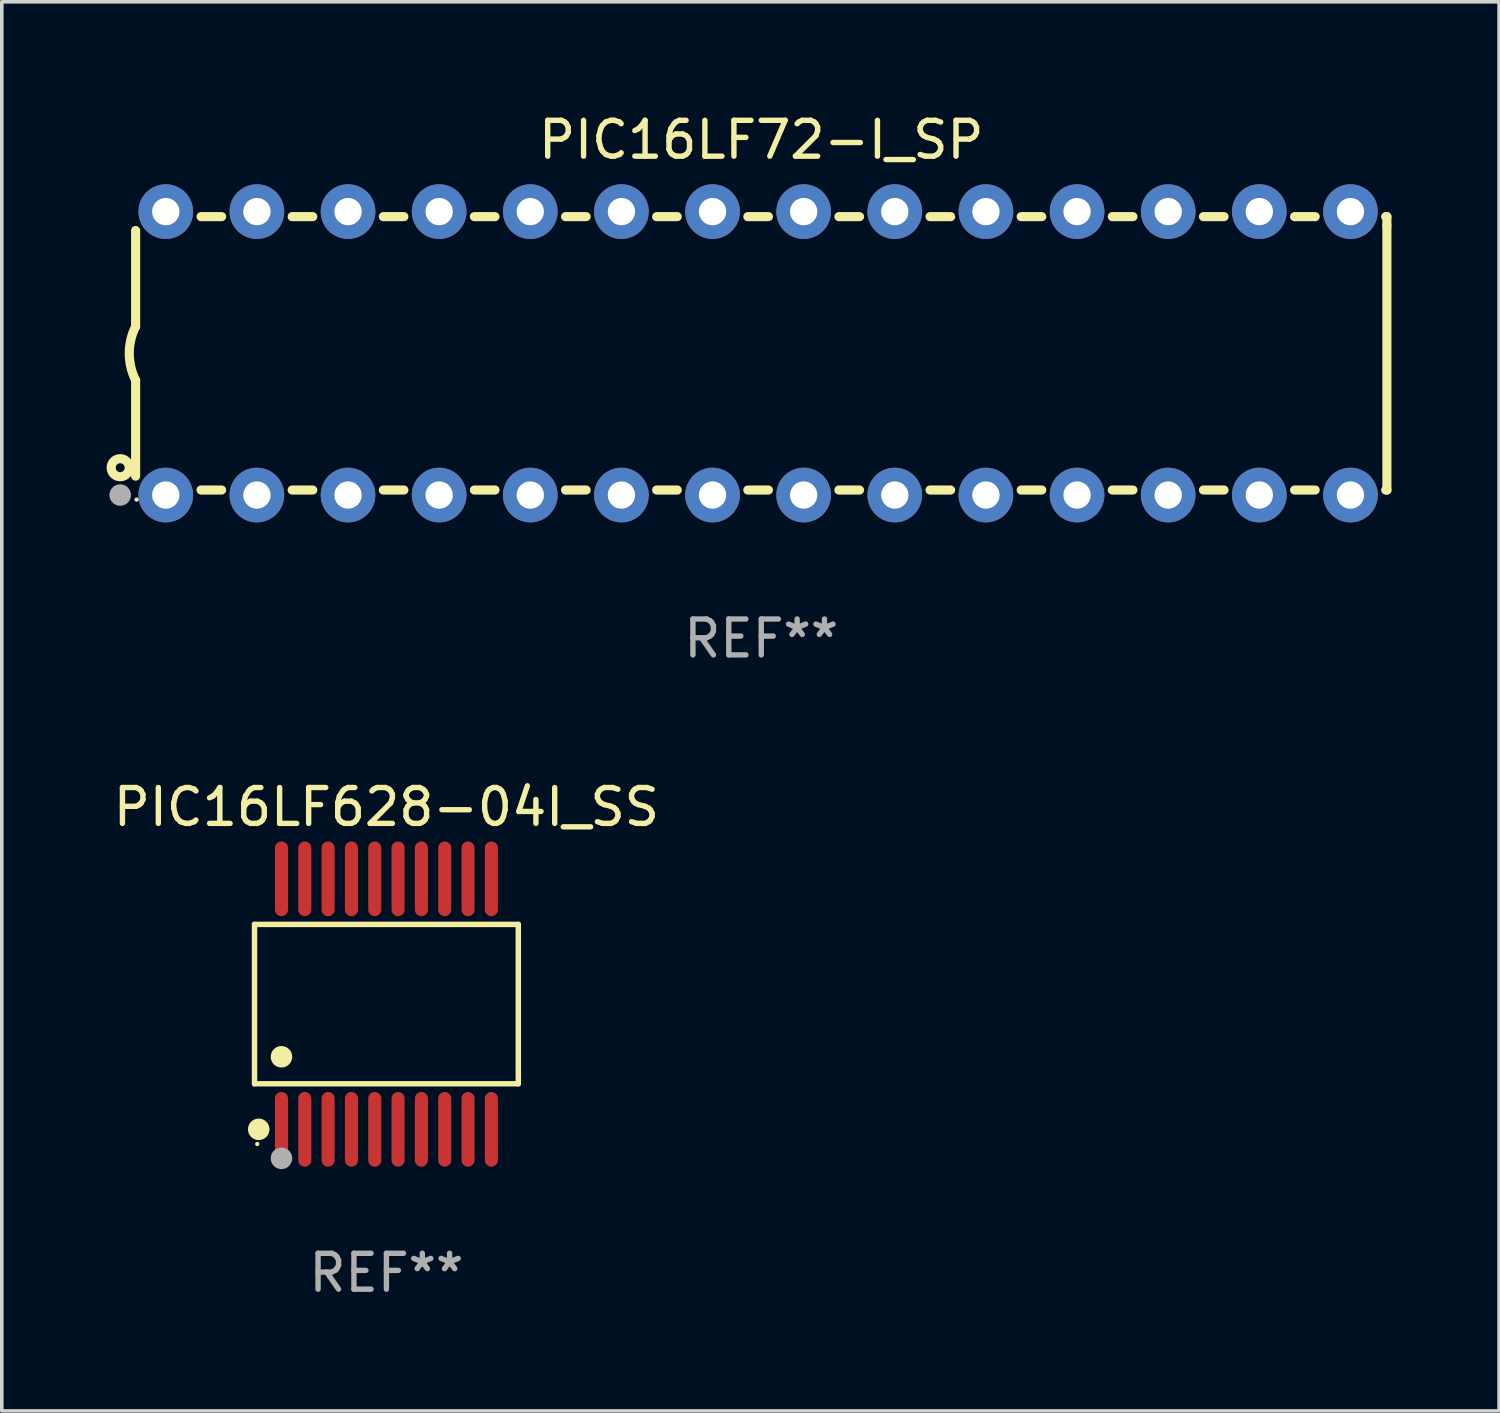
<source format=kicad_pcb>
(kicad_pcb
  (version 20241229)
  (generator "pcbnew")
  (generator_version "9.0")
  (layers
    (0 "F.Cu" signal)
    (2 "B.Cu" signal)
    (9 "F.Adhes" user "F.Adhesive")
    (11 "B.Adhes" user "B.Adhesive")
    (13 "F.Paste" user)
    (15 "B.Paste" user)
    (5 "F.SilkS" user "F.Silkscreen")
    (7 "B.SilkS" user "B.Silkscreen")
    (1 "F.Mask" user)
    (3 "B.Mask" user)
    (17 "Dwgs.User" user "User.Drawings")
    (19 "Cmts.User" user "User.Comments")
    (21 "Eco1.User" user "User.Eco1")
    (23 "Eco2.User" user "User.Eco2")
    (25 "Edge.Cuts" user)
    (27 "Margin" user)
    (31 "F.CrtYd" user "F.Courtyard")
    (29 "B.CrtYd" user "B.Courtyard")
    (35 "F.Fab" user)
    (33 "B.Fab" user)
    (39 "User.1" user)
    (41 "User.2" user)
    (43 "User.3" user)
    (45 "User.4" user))
  (footprint "PIC16LF628-04I_SS"
    (layer "F.Cu")
    (at 7.72 24.936)
    (property "Reference" "PIC16LF628-04I_SS" (at 0 -5.491 0) (layer "F.SilkS") (effects (font (size 1 1) (thickness 0.15))))
    (attr through_hole)
    (fp_line (start -3.676 -2.221) (end 3.676 -2.221) (stroke (width 0.152) (type solid)) (layer "F.SilkS"))
    (fp_line (start -3.676 2.221) (end -3.676 -2.221) (stroke (width 0.152) (type solid)) (layer "F.SilkS"))
    (fp_line (start 3.676 -2.221) (end 3.676 2.221) (stroke (width 0.152) (type solid)) (layer "F.SilkS"))
    (fp_line (start 3.676 2.221) (end -3.676 2.221) (stroke (width 0.152) (type solid)) (layer "F.SilkS"))
    (fp_circle (center -3.6 3.9) (end -3.57 3.9) (stroke (width 0.06) (type solid)) (fill no) (layer "F.SilkS"))
    (fp_circle (center -3.559 3.491) (end -3.409 3.491) (stroke (width 0.3) (type solid)) (fill no) (layer "F.SilkS"))
    (fp_circle (center -2.925 1.469) (end -2.775 1.469) (stroke (width 0.3) (type solid)) (fill no) (layer "F.SilkS"))
    (fp_circle (center -2.925 4.3) (end -2.775 4.3) (stroke (width 0.3) (type solid)) (fill no) (layer "F.Fab"))
    (fp_text user "REF**" (at 0 7.491 0) (layer "F.Fab") (effects (font (size 1 1) (thickness 0.15))))
    (pad "1" smd oval (at -2.925 3.491) (size 0.364 2.082) (layers "F.Cu" "F.Mask" "F.Paste"))
    (pad "2" smd oval (at -2.275 3.491) (size 0.364 2.082) (layers "F.Cu" "F.Mask" "F.Paste"))
    (pad "3" smd oval (at -1.625 3.491) (size 0.364 2.082) (layers "F.Cu" "F.Mask" "F.Paste"))
    (pad "4" smd oval (at -0.975 3.491) (size 0.364 2.082) (layers "F.Cu" "F.Mask" "F.Paste"))
    (pad "5" smd oval (at -0.325 3.491) (size 0.364 2.082) (layers "F.Cu" "F.Mask" "F.Paste"))
    (pad "6" smd oval (at 0.325 3.491) (size 0.364 2.082) (layers "F.Cu" "F.Mask" "F.Paste"))
    (pad "7" smd oval (at 0.975 3.491) (size 0.364 2.082) (layers "F.Cu" "F.Mask" "F.Paste"))
    (pad "8" smd oval (at 1.625 3.491) (size 0.364 2.082) (layers "F.Cu" "F.Mask" "F.Paste"))
    (pad "9" smd oval (at 2.275 3.491) (size 0.364 2.082) (layers "F.Cu" "F.Mask" "F.Paste"))
    (pad "10" smd oval (at 2.925 3.491) (size 0.364 2.082) (layers "F.Cu" "F.Mask" "F.Paste"))
    (pad "11" smd oval (at 2.925 -3.491) (size 0.364 2.082) (layers "F.Cu" "F.Mask" "F.Paste"))
    (pad "12" smd oval (at 2.275 -3.491) (size 0.364 2.082) (layers "F.Cu" "F.Mask" "F.Paste"))
    (pad "13" smd oval (at 1.625 -3.491) (size 0.364 2.082) (layers "F.Cu" "F.Mask" "F.Paste"))
    (pad "14" smd oval (at 0.975 -3.491) (size 0.364 2.082) (layers "F.Cu" "F.Mask" "F.Paste"))
    (pad "15" smd oval (at 0.325 -3.491) (size 0.364 2.082) (layers "F.Cu" "F.Mask" "F.Paste"))
    (pad "16" smd oval (at -0.325 -3.491) (size 0.364 2.082) (layers "F.Cu" "F.Mask" "F.Paste"))
    (pad "17" smd oval (at -0.975 -3.491) (size 0.364 2.082) (layers "F.Cu" "F.Mask" "F.Paste"))
    (pad "18" smd oval (at -1.625 -3.491) (size 0.364 2.082) (layers "F.Cu" "F.Mask" "F.Paste"))
    (pad "19" smd oval (at -2.275 -3.491) (size 0.364 2.082) (layers "F.Cu" "F.Mask" "F.Paste"))
    (pad "20" smd oval (at -2.925 -3.491) (size 0.364 2.082) (layers "F.Cu" "F.Mask" "F.Paste")))
  (footprint "PIC16LF72-I_SP"
    (layer "F.Cu")
    (at 18.168 6.798)
    (property "Reference" "PIC16LF72-I_SP" (at 0 -5.95 0) (layer "F.SilkS") (effects (font (size 1 1) (thickness 0.15))))
    (attr through_hole)
    (fp_line (start -17.438 0.75) (end -17.438 3.423) (stroke (width 0.254) (type solid)) (layer "F.SilkS"))
    (fp_line (start -17.438 -3.423) (end -17.438 -0.75) (stroke (width 0.254) (type solid)) (layer "F.SilkS"))
    (fp_line (start -15.615 3.81) (end -15.041 3.81) (stroke (width 0.254) (type solid)) (layer "F.SilkS"))
    (fp_line (start -15.041 -3.81) (end -15.614 -3.81) (stroke (width 0.254) (type solid)) (layer "F.SilkS"))
    (fp_line (start -13.075 3.81) (end -12.501 3.81) (stroke (width 0.254) (type solid)) (layer "F.SilkS"))
    (fp_line (start -12.501 -3.81) (end -13.074 -3.81) (stroke (width 0.254) (type solid)) (layer "F.SilkS"))
    (fp_line (start -10.535 3.81) (end -9.961 3.81) (stroke (width 0.254) (type solid)) (layer "F.SilkS"))
    (fp_line (start -9.961 -3.81) (end -10.534 -3.81) (stroke (width 0.254) (type solid)) (layer "F.SilkS"))
    (fp_line (start -7.995 3.81) (end -7.421 3.81) (stroke (width 0.254) (type solid)) (layer "F.SilkS"))
    (fp_line (start -7.421 -3.81) (end -7.995 -3.81) (stroke (width 0.254) (type solid)) (layer "F.SilkS"))
    (fp_line (start -5.455 3.81) (end -4.881 3.81) (stroke (width 0.254) (type solid)) (layer "F.SilkS"))
    (fp_line (start -4.881 -3.81) (end -5.455 -3.81) (stroke (width 0.254) (type solid)) (layer "F.SilkS"))
    (fp_line (start -2.915 3.81) (end -2.341 3.81) (stroke (width 0.254) (type solid)) (layer "F.SilkS"))
    (fp_line (start -2.341 -3.81) (end -2.915 -3.81) (stroke (width 0.254) (type solid)) (layer "F.SilkS"))
    (fp_line (start -0.375 3.81) (end 0.199 3.81) (stroke (width 0.254) (type solid)) (layer "F.SilkS"))
    (fp_line (start 0.199 -3.81) (end -0.375 -3.81) (stroke (width 0.254) (type solid)) (layer "F.SilkS"))
    (fp_line (start 2.165 3.81) (end 2.739 3.81) (stroke (width 0.254) (type solid)) (layer "F.SilkS"))
    (fp_line (start 2.739 -3.81) (end 2.165 -3.81) (stroke (width 0.254) (type solid)) (layer "F.SilkS"))
    (fp_line (start 4.705 3.81) (end 5.279 3.81) (stroke (width 0.254) (type solid)) (layer "F.SilkS"))
    (fp_line (start 5.279 -3.81) (end 4.705 -3.81) (stroke (width 0.254) (type solid)) (layer "F.SilkS"))
    (fp_line (start 7.245 3.81) (end 7.819 3.81) (stroke (width 0.254) (type solid)) (layer "F.SilkS"))
    (fp_line (start 7.819 -3.81) (end 7.245 -3.81) (stroke (width 0.254) (type solid)) (layer "F.SilkS"))
    (fp_line (start 9.785 3.81) (end 10.359 3.81) (stroke (width 0.254) (type solid)) (layer "F.SilkS"))
    (fp_line (start 10.359 -3.81) (end 9.785 -3.81) (stroke (width 0.254) (type solid)) (layer "F.SilkS"))
    (fp_line (start 12.325 3.81) (end 12.899 3.81) (stroke (width 0.254) (type solid)) (layer "F.SilkS"))
    (fp_line (start 12.899 -3.81) (end 12.325 -3.81) (stroke (width 0.254) (type solid)) (layer "F.SilkS"))
    (fp_line (start 14.865 3.81) (end 15.439 3.81) (stroke (width 0.254) (type solid)) (layer "F.SilkS"))
    (fp_line (start 15.439 -3.81) (end 14.865 -3.81) (stroke (width 0.254) (type solid)) (layer "F.SilkS"))
    (fp_line (start 17.405 3.81) (end 17.438 3.81) (stroke (width 0.254) (type solid)) (layer "F.SilkS"))
    (fp_line (start 17.438 -3.81) (end 17.405 -3.81) (stroke (width 0.254) (type solid)) (layer "F.SilkS"))
    (fp_line (start 17.438 -3.556) (end 17.438 -3.81) (stroke (width 0.254) (type solid)) (layer "F.SilkS"))
    (fp_line (start 17.438 3.81) (end 17.438 -3.556) (stroke (width 0.254) (type solid)) (layer "F.SilkS"))
    (fp_arc (start -17.437986 0.749657) (mid -17.614887 -0.000024) (end -17.437783 -0.749657) (stroke (width 0.254001) (type solid)) (layer "F.SilkS"))
    (fp_circle (center -17.868 3.188) (end -17.743 3.188) (stroke (width 0.254) (type solid)) (fill no) (layer "F.SilkS"))
    (fp_circle (center -17.411 4.077) (end -17.381 4.077) (stroke (width 0.06) (type solid)) (fill no) (layer "F.SilkS"))
    (fp_circle (center -17.868 3.95) (end -17.718 3.95) (stroke (width 0.3) (type solid)) (fill no) (layer "F.Fab"))
    (fp_text user "REF**" (at 0 7.95 0) (layer "F.Fab") (effects (font (size 1 1) (thickness 0.15))))
    (pad "1" thru_hole circle (at -16.598 3.95) (size 1.524 1.524) (drill 0.762) (layers "*.Cu" "*.Mask"))
    (pad "2" thru_hole circle (at -14.058 3.95) (size 1.524 1.524) (drill 0.762) (layers "*.Cu" "*.Mask"))
    (pad "3" thru_hole circle (at -11.518 3.95) (size 1.524 1.524) (drill 0.762) (layers "*.Cu" "*.Mask"))
    (pad "4" thru_hole circle (at -8.978 3.95) (size 1.524 1.524) (drill 0.762) (layers "*.Cu" "*.Mask"))
    (pad "5" thru_hole circle (at -6.438 3.95) (size 1.524 1.524) (drill 0.762) (layers "*.Cu" "*.Mask"))
    (pad "6" thru_hole circle (at -3.898 3.95) (size 1.524 1.524) (drill 0.762) (layers "*.Cu" "*.Mask"))
    (pad "7" thru_hole circle (at -1.358 3.95) (size 1.524 1.524) (drill 0.762) (layers "*.Cu" "*.Mask"))
    (pad "8" thru_hole circle (at 1.182 3.95) (size 1.524 1.524) (drill 0.762) (layers "*.Cu" "*.Mask"))
    (pad "9" thru_hole circle (at 3.722 3.95) (size 1.524 1.524) (drill 0.762) (layers "*.Cu" "*.Mask"))
    (pad "10" thru_hole circle (at 6.262 3.95) (size 1.524 1.524) (drill 0.762) (layers "*.Cu" "*.Mask"))
    (pad "11" thru_hole circle (at 8.802 3.95) (size 1.524 1.524) (drill 0.762) (layers "*.Cu" "*.Mask"))
    (pad "12" thru_hole circle (at 11.342 3.95) (size 1.524 1.524) (drill 0.762) (layers "*.Cu" "*.Mask"))
    (pad "13" thru_hole circle (at 13.882 3.95) (size 1.524 1.524) (drill 0.762) (layers "*.Cu" "*.Mask"))
    (pad "14" thru_hole circle (at 16.422 3.95) (size 1.524 1.524) (drill 0.762) (layers "*.Cu" "*.Mask"))
    (pad "15" thru_hole circle (at 16.422 -3.95) (size 1.524 1.524) (drill 0.762) (layers "*.Cu" "*.Mask"))
    (pad "16" thru_hole circle (at 13.882 -3.95) (size 1.524 1.524) (drill 0.762) (layers "*.Cu" "*.Mask"))
    (pad "17" thru_hole circle (at 11.342 -3.95) (size 1.524 1.524) (drill 0.762) (layers "*.Cu" "*.Mask"))
    (pad "18" thru_hole circle (at 8.802 -3.95) (size 1.524 1.524) (drill 0.762) (layers "*.Cu" "*.Mask"))
    (pad "19" thru_hole circle (at 6.262 -3.95) (size 1.524 1.524) (drill 0.762) (layers "*.Cu" "*.Mask"))
    (pad "20" thru_hole circle (at 3.722 -3.95) (size 1.524 1.524) (drill 0.762) (layers "*.Cu" "*.Mask"))
    (pad "21" thru_hole circle (at 1.182 -3.95) (size 1.524 1.524) (drill 0.762) (layers "*.Cu" "*.Mask"))
    (pad "22" thru_hole circle (at -1.358 -3.95) (size 1.524 1.524) (drill 0.762) (layers "*.Cu" "*.Mask"))
    (pad "23" thru_hole circle (at -3.898 -3.95) (size 1.524 1.524) (drill 0.762) (layers "*.Cu" "*.Mask"))
    (pad "24" thru_hole circle (at -6.438 -3.95) (size 1.524 1.524) (drill 0.762) (layers "*.Cu" "*.Mask"))
    (pad "25" thru_hole circle (at -8.978 -3.95) (size 1.524 1.524) (drill 0.762) (layers "*.Cu" "*.Mask"))
    (pad "26" thru_hole circle (at -11.517 -3.95) (size 1.524 1.524) (drill 0.762) (layers "*.Cu" "*.Mask"))
    (pad "27" thru_hole circle (at -14.057 -3.95) (size 1.524 1.524) (drill 0.762) (layers "*.Cu" "*.Mask"))
    (pad "28" thru_hole circle (at -16.597 -3.95) (size 1.524 1.524) (drill 0.762) (layers "*.Cu" "*.Mask")))
  (gr_rect
    (start -3 -3)
    (end 38.733 36.275)
    (stroke (width 0.1) (type default))
    (fill no)
    (layer "Edge.Cuts")))
</source>
